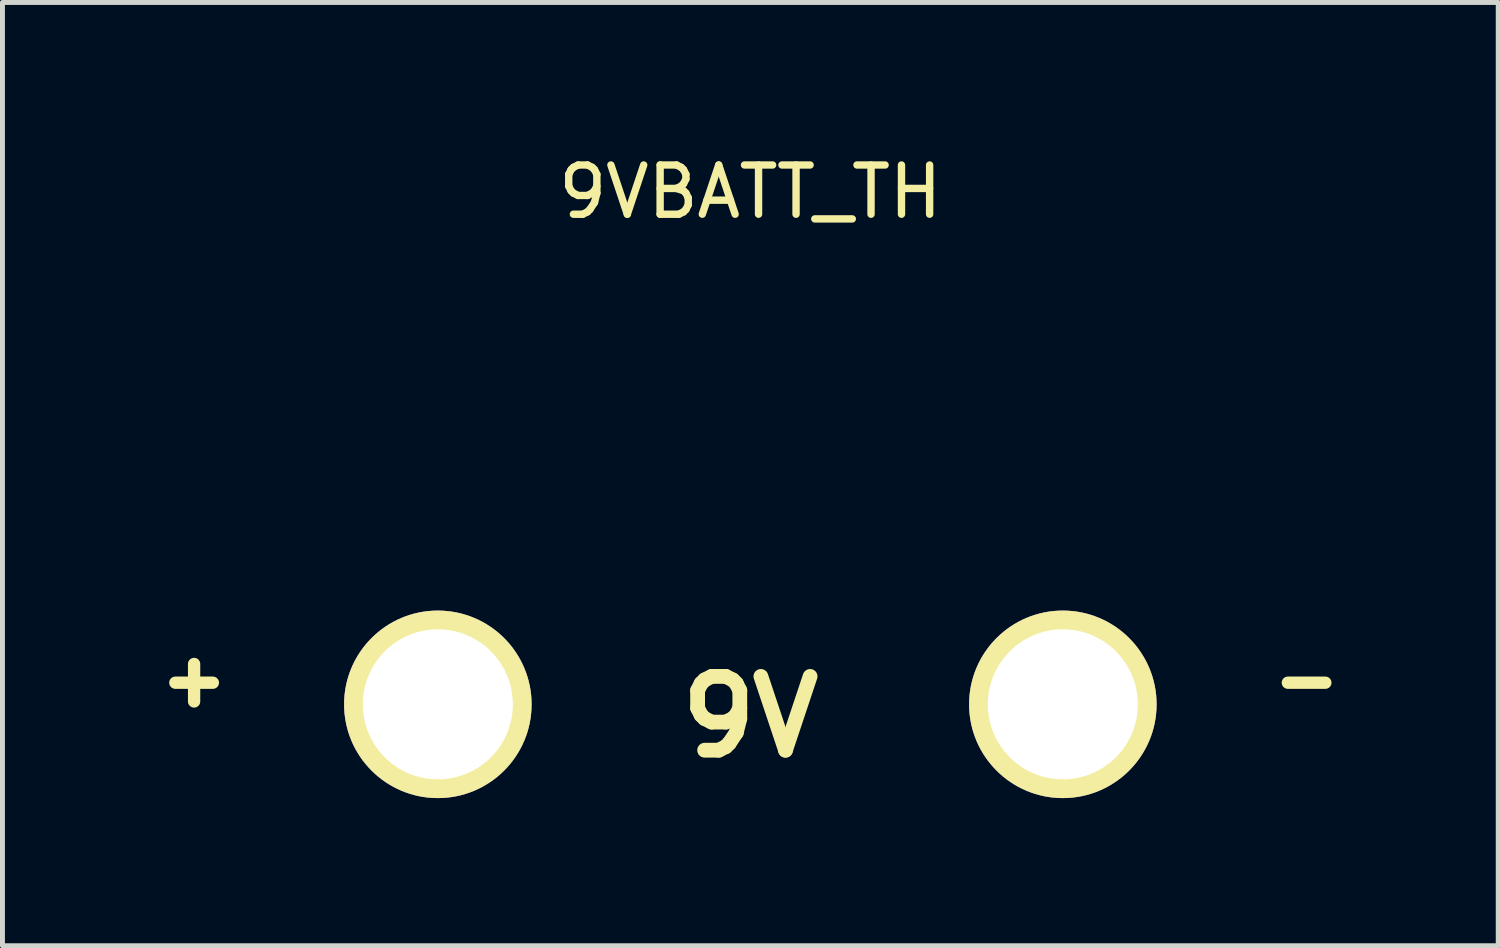
<source format=kicad_pcb>
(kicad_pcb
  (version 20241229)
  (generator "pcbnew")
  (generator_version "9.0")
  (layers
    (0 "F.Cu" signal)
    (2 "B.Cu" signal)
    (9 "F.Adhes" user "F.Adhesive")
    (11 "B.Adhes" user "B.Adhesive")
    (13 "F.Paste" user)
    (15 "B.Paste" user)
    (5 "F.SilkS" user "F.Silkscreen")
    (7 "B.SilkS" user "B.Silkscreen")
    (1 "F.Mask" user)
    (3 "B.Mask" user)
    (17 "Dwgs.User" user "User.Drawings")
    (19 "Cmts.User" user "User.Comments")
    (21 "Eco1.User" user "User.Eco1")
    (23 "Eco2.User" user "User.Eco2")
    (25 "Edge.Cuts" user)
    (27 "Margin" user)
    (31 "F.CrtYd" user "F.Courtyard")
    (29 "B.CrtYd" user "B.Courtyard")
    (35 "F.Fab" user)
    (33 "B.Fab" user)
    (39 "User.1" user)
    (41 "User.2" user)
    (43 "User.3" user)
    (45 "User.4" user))
  (footprint "9VBATT_TH"
    (layer "F.Cu")
    (at 12.197 11.313)
    (property "Reference" "9VBATT_TH" (at 0 -10.465 0) (layer "F.SilkS") (effects (font (size 1 1) (thickness 0.15))))
    (attr through_hole)
    (fp_text user "9V" (at 0 0.203 0) (layer "F.SilkS") (effects (font (size 1.5 1.5) (thickness 0.3))))
    (fp_text user "-" (at 11.303 -0.559 0) (layer "F.SilkS") (effects (font (size 1 1) (thickness 0.25))))
    (fp_text user "+" (at -11.303 -0.559 0) (layer "F.SilkS") (effects (font (size 1 1) (thickness 0.25))))
    (pad "1" thru_hole circle (at -6.35 -0.051) (size 3.81 3.81) (drill 3.048) (layers "*.Cu" "*.Mask" "F.SilkS"))
    (pad "2" thru_hole circle (at 6.35 -0.051) (size 3.81 3.81) (drill 3.048) (layers "*.Cu" "*.Mask" "F.SilkS")))
  (gr_rect
    (start -3 -3)
    (end 27.394 16.167)
    (stroke (width 0.1) (type default))
    (fill no)
    (layer "Edge.Cuts")))
</source>
